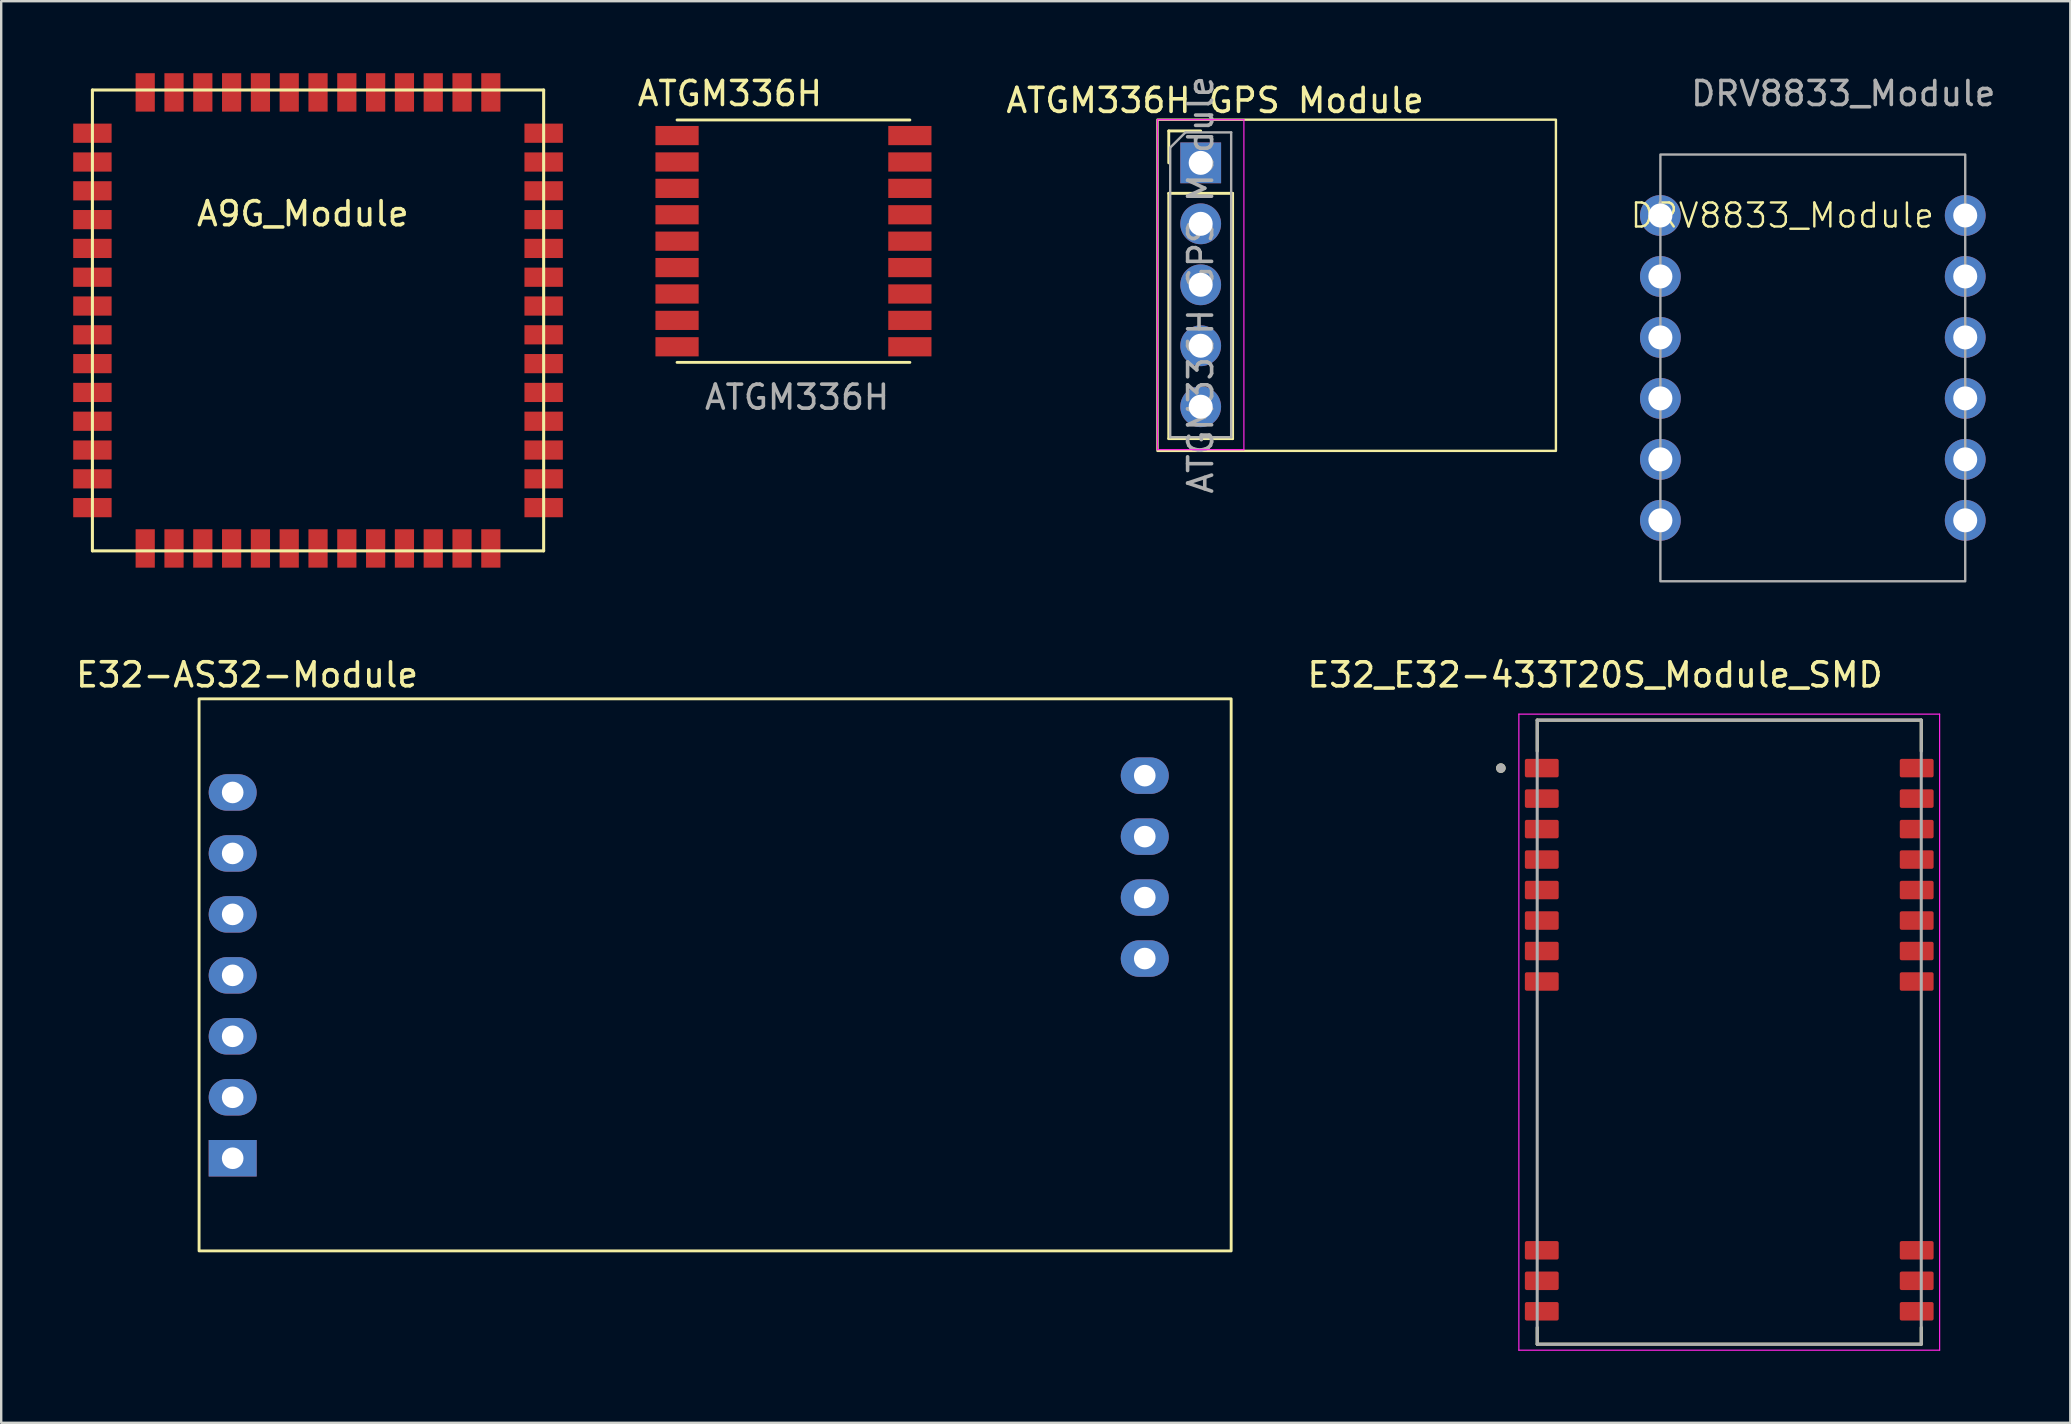
<source format=kicad_pcb>
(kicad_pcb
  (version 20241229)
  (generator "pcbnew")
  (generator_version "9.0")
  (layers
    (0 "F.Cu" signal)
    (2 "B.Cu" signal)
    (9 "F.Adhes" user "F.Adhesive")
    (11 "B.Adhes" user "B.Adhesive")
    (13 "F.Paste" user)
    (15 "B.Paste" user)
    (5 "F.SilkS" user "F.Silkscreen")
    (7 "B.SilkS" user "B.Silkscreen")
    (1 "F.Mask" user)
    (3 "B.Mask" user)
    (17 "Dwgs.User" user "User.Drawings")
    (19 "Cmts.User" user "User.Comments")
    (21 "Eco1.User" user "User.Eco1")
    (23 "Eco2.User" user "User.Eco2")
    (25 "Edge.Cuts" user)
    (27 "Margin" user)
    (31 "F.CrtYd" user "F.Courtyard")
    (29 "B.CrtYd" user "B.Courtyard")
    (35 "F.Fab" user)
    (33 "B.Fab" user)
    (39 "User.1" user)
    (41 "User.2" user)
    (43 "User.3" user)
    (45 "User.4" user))
  (footprint "DRV8833_Module"
    (layer "F.Cu")
    (at 66.127 3.388)
    (property "Reference" "DRV8833_Module" (at 5.08 2.54 0) (unlocked yes) (layer "F.SilkS") (effects (font (size 1 1) (thickness 0.1))))
    (attr through_hole)
    (fp_rect (start 0 0) (end 12.7 17.78) (stroke (width 0.1) (type default)) (fill no) (layer "F.Fab"))
    (fp_text user "${REFERENCE}" (at 7.62 -2.54 0) (unlocked yes) (layer "F.Fab") (effects (font (size 1 1) (thickness 0.15))))
    (pad "1" thru_hole circle (at 0 2.54) (size 1.7 1.7) (drill 1) (layers "*.Cu" "*.Mask"))
    (pad "2" thru_hole circle (at 0 5.08) (size 1.7 1.7) (drill 1) (layers "*.Cu" "*.Mask"))
    (pad "3" thru_hole circle (at 0 7.62) (size 1.7 1.7) (drill 1) (layers "*.Cu" "*.Mask"))
    (pad "4" thru_hole circle (at 0 10.16) (size 1.7 1.7) (drill 1) (layers "*.Cu" "*.Mask"))
    (pad "5" thru_hole circle (at 0 12.7) (size 1.7 1.7) (drill 1) (layers "*.Cu" "*.Mask"))
    (pad "6" thru_hole circle (at 0 15.24) (size 1.7 1.7) (drill 1) (layers "*.Cu" "*.Mask"))
    (pad "7" thru_hole circle (at 12.7 15.24) (size 1.7 1.7) (drill 1) (layers "*.Cu" "*.Mask"))
    (pad "8" thru_hole circle (at 12.7 12.7) (size 1.7 1.7) (drill 1) (layers "*.Cu" "*.Mask"))
    (pad "9" thru_hole circle (at 12.7 10.16) (size 1.7 1.7) (drill 1) (layers "*.Cu" "*.Mask"))
    (pad "10" thru_hole circle (at 12.7 7.62) (size 1.7 1.7) (drill 1) (layers "*.Cu" "*.Mask"))
    (pad "11" thru_hole circle (at 12.7 5.08) (size 1.7 1.7) (drill 1) (layers "*.Cu" "*.Mask"))
    (pad "12" thru_hole circle (at 12.7 2.54) (size 1.7 1.7) (drill 1) (layers "*.Cu" "*.Mask")))
  (footprint "E32_E32-433T20S_Module_SMD"
    (layer "F.Cu")
    (at 68.995 39.952)
    (property "Reference" "E32_E32-433T20S_Module_SMD" (at -5.59 -14.885 0) (layer "F.SilkS") (effects (font (size 1 1) (thickness 0.15))))
    (attr smd)
    (fp_line (start -8 -13) (end 8 -13) (stroke (width 0.127) (type solid)) (layer "F.SilkS"))
    (fp_line (start -8 -11.705) (end -8 -13) (stroke (width 0.127) (type solid)) (layer "F.SilkS"))
    (fp_line (start -8 13) (end -8 12.305) (stroke (width 0.127) (type solid)) (layer "F.SilkS"))
    (fp_line (start 8 -13) (end 8 -11.705) (stroke (width 0.127) (type solid)) (layer "F.SilkS"))
    (fp_line (start 8 13) (end -8 13) (stroke (width 0.127) (type solid)) (layer "F.SilkS"))
    (fp_line (start 8 13) (end 8 12.305) (stroke (width 0.127) (type solid)) (layer "F.SilkS"))
    (fp_circle (center -9.515 -11) (end -9.415 -11) (stroke (width 0.2) (type solid)) (fill no) (layer "F.SilkS"))
    (fp_line (start -8.765 -13.25) (end -8.765 13.25) (stroke (width 0.05) (type solid)) (layer "F.CrtYd"))
    (fp_line (start -8.765 13.25) (end 8.765 13.25) (stroke (width 0.05) (type solid)) (layer "F.CrtYd"))
    (fp_line (start 8.765 -13.25) (end -8.765 -13.25) (stroke (width 0.05) (type solid)) (layer "F.CrtYd"))
    (fp_line (start 8.765 13.25) (end 8.765 -13.25) (stroke (width 0.05) (type solid)) (layer "F.CrtYd"))
    (fp_line (start -8 -13) (end 8 -13) (stroke (width 0.127) (type solid)) (layer "F.Fab"))
    (fp_line (start -8 13) (end -8 -13) (stroke (width 0.127) (type solid)) (layer "F.Fab"))
    (fp_line (start 8 -13) (end 8 13) (stroke (width 0.127) (type solid)) (layer "F.Fab"))
    (fp_line (start 8 13) (end -8 13) (stroke (width 0.127) (type solid)) (layer "F.Fab"))
    (fp_circle (center -9.515 -11) (end -9.415 -11) (stroke (width 0.2) (type solid)) (fill no) (layer "F.Fab"))
    (pad "1" smd roundrect (at -7.81 -11) (size 1.41 0.77) (layers "F.Cu" "F.Mask" "F.Paste") (roundrect_rratio 0.1))
    (pad "2" smd roundrect (at -7.81 -9.73) (size 1.41 0.77) (layers "F.Cu" "F.Mask" "F.Paste") (roundrect_rratio 0.1))
    (pad "3" smd roundrect (at -7.81 -8.46) (size 1.41 0.77) (layers "F.Cu" "F.Mask" "F.Paste") (roundrect_rratio 0.1))
    (pad "4" smd roundrect (at -7.81 -7.19) (size 1.41 0.77) (layers "F.Cu" "F.Mask" "F.Paste") (roundrect_rratio 0.1))
    (pad "5" smd roundrect (at -7.81 -5.92) (size 1.41 0.77) (layers "F.Cu" "F.Mask" "F.Paste") (roundrect_rratio 0.1))
    (pad "6" smd roundrect (at -7.81 -4.65) (size 1.41 0.77) (layers "F.Cu" "F.Mask" "F.Paste") (roundrect_rratio 0.1))
    (pad "7" smd roundrect (at -7.81 -3.38) (size 1.41 0.77) (layers "F.Cu" "F.Mask" "F.Paste") (roundrect_rratio 0.1))
    (pad "8" smd roundrect (at -7.81 -2.11) (size 1.41 0.77) (layers "F.Cu" "F.Mask" "F.Paste") (roundrect_rratio 0.1))
    (pad "11" smd roundrect (at -7.81 9.09) (size 1.41 0.77) (layers "F.Cu" "F.Mask" "F.Paste") (roundrect_rratio 0.1))
    (pad "12" smd roundrect (at -7.81 10.36) (size 1.41 0.77) (layers "F.Cu" "F.Mask" "F.Paste") (roundrect_rratio 0.1))
    (pad "13" smd roundrect (at -7.81 11.63) (size 1.41 0.77) (layers "F.Cu" "F.Mask" "F.Paste") (roundrect_rratio 0.1))
    (pad "14" smd roundrect (at 7.81 11.63) (size 1.41 0.77) (layers "F.Cu" "F.Mask" "F.Paste") (roundrect_rratio 0.1))
    (pad "15" smd roundrect (at 7.81 10.36) (size 1.41 0.77) (layers "F.Cu" "F.Mask" "F.Paste") (roundrect_rratio 0.1))
    (pad "16" smd roundrect (at 7.81 9.09) (size 1.41 0.77) (layers "F.Cu" "F.Mask" "F.Paste") (roundrect_rratio 0.1))
    (pad "19" smd roundrect (at 7.81 -2.11) (size 1.41 0.77) (layers "F.Cu" "F.Mask" "F.Paste") (roundrect_rratio 0.1))
    (pad "20" smd roundrect (at 7.81 -3.38) (size 1.41 0.77) (layers "F.Cu" "F.Mask" "F.Paste") (roundrect_rratio 0.1))
    (pad "21" smd roundrect (at 7.81 -4.65) (size 1.41 0.77) (layers "F.Cu" "F.Mask" "F.Paste") (roundrect_rratio 0.1))
    (pad "22" smd roundrect (at 7.81 -5.92) (size 1.41 0.77) (layers "F.Cu" "F.Mask" "F.Paste") (roundrect_rratio 0.1))
    (pad "23" smd roundrect (at 7.81 -7.19) (size 1.41 0.77) (layers "F.Cu" "F.Mask" "F.Paste") (roundrect_rratio 0.1))
    (pad "24" smd roundrect (at 7.81 -8.46) (size 1.41 0.77) (layers "F.Cu" "F.Mask" "F.Paste") (roundrect_rratio 0.1))
    (pad "25" smd roundrect (at 7.81 -9.73) (size 1.41 0.77) (layers "F.Cu" "F.Mask" "F.Paste") (roundrect_rratio 0.1))
    (pad "26" smd roundrect (at 7.81 -11) (size 1.41 0.77) (layers "F.Cu" "F.Mask" "F.Paste") (roundrect_rratio 0.1)))
  (footprint "ATGM336H GPS Module"
    (layer "F.Cu")
    (at 46.974 3.735)
    (property "Reference" "ATGM336H GPS Module" (at 0.6 -2.6 0) (layer "F.SilkS") (effects (font (size 1 1) (thickness 0.15))))
    (attr through_hole)
    (fp_line (start -1.33 -1.33) (end 0 -1.33) (stroke (width 0.12) (type solid)) (layer "F.SilkS"))
    (fp_line (start -1.33 0) (end -1.33 -1.33) (stroke (width 0.12) (type solid)) (layer "F.SilkS"))
    (fp_line (start -1.33 1.27) (end -1.33 11.49) (stroke (width 0.12) (type solid)) (layer "F.SilkS"))
    (fp_line (start -1.33 1.27) (end 1.33 1.27) (stroke (width 0.12) (type solid)) (layer "F.SilkS"))
    (fp_line (start -1.33 11.49) (end 1.33 11.49) (stroke (width 0.12) (type solid)) (layer "F.SilkS"))
    (fp_line (start 1.33 1.27) (end 1.33 11.49) (stroke (width 0.12) (type solid)) (layer "F.SilkS"))
    (fp_rect (start -1.8 -1.8) (end 14.8 12) (stroke (width 0.1) (type default)) (fill no) (layer "F.SilkS"))
    (fp_line (start -1.8 -1.8) (end -1.8 11.95) (stroke (width 0.05) (type solid)) (layer "F.CrtYd"))
    (fp_line (start -1.8 11.95) (end 1.8 11.95) (stroke (width 0.05) (type solid)) (layer "F.CrtYd"))
    (fp_line (start 1.8 -1.8) (end -1.8 -1.8) (stroke (width 0.05) (type solid)) (layer "F.CrtYd"))
    (fp_line (start 1.8 11.95) (end 1.8 -1.8) (stroke (width 0.05) (type solid)) (layer "F.CrtYd"))
    (fp_line (start -1.27 -0.635) (end -0.635 -1.27) (stroke (width 0.1) (type solid)) (layer "F.Fab"))
    (fp_line (start -1.27 11.43) (end -1.27 -0.635) (stroke (width 0.1) (type solid)) (layer "F.Fab"))
    (fp_line (start -0.635 -1.27) (end 1.27 -1.27) (stroke (width 0.1) (type solid)) (layer "F.Fab"))
    (fp_line (start 1.27 -1.27) (end 1.27 11.43) (stroke (width 0.1) (type solid)) (layer "F.Fab"))
    (fp_line (start 1.27 11.43) (end -1.27 11.43) (stroke (width 0.1) (type solid)) (layer "F.Fab"))
    (fp_text user "${REFERENCE}" (at 0 5.08 90) (layer "F.Fab") (effects (font (size 1 1) (thickness 0.15))))
    (pad "1" thru_hole rect (at 0 0) (size 1.7 1.7) (drill 1) (layers "*.Cu" "*.Mask"))
    (pad "2" thru_hole oval (at 0 2.54) (size 1.7 1.7) (drill 1) (layers "*.Cu" "*.Mask"))
    (pad "3" thru_hole oval (at 0 5.08) (size 1.7 1.7) (drill 1) (layers "*.Cu" "*.Mask"))
    (pad "4" thru_hole oval (at 0 7.62) (size 1.7 1.7) (drill 1) (layers "*.Cu" "*.Mask"))
    (pad "5" thru_hole oval (at 0 10.16) (size 1.7 1.7) (drill 1) (layers "*.Cu" "*.Mask")))
  (footprint "E32-AS32-Module"
    (layer "F.Cu")
    (at 26.754 37.566)
    (property "Reference" "E32-AS32-Module" (at -19.51 -12.5 0) (unlocked yes) (layer "F.SilkS") (effects (font (size 1 1) (thickness 0.15))))
    (attr through_hole)
    (fp_rect (start -21.51 -11.5) (end 21.49 11.5) (stroke (width 0.12) (type solid)) (fill no) (layer "F.SilkS"))
    (pad "" thru_hole oval (at 17.89 -8.3) (size 2 1.52) (drill 0.9) (layers "*.Cu" "*.Mask"))
    (pad "" thru_hole oval (at 17.89 -5.76) (size 2 1.52) (drill 0.9) (layers "*.Cu" "*.Mask"))
    (pad "" thru_hole oval (at 17.89 -3.22) (size 2 1.52) (drill 0.9) (layers "*.Cu" "*.Mask"))
    (pad "" thru_hole oval (at 17.89 -0.68) (size 2 1.52) (drill 0.9) (layers "*.Cu" "*.Mask"))
    (pad "1" thru_hole oval (at -20.11 -7.6) (size 2 1.52) (drill 0.9) (layers "*.Cu" "*.Mask"))
    (pad "2" thru_hole oval (at -20.11 -5.06) (size 2 1.52) (drill 0.9) (layers "*.Cu" "*.Mask"))
    (pad "3" thru_hole oval (at -20.11 -2.52) (size 2 1.52) (drill 0.9) (layers "*.Cu" "*.Mask"))
    (pad "4" thru_hole oval (at -20.11 0.02) (size 2 1.52) (drill 0.9) (layers "*.Cu" "*.Mask"))
    (pad "5" thru_hole oval (at -20.11 2.56) (size 2 1.52) (drill 0.9) (layers "*.Cu" "*.Mask"))
    (pad "6" thru_hole oval (at -20.11 5.1) (size 2 1.52) (drill 0.9) (layers "*.Cu" "*.Mask"))
    (pad "7" thru_hole rect (at -20.11 7.64) (size 2 1.52) (drill 0.9) (layers "*.Cu" "*.Mask")))
  (footprint "A9G_Module"
    (layer "F.Cu")
    (at 10.2 10.3)
    (property "Reference" "A9G_Module" (at -0.635 -4.445 0) (layer "F.SilkS") (effects (font (size 1 1) (thickness 0.15))))
    (attr smd)
    (fp_line (start -9.4 -9.6) (end 9.4 -9.6) (stroke (width 0.127) (type solid)) (layer "F.SilkS"))
    (fp_line (start -9.4 9.6) (end -9.4 -9.6) (stroke (width 0.127) (type solid)) (layer "F.SilkS"))
    (fp_line (start 9.4 -9.6) (end 9.4 9.6) (stroke (width 0.127) (type solid)) (layer "F.SilkS"))
    (fp_line (start 9.4 9.6) (end -9.4 9.6) (stroke (width 0.127) (type solid)) (layer "F.SilkS"))
    (pad "1" smd rect (at -9.4 -7.8) (size 1.6 0.8) (layers "F.Cu" "F.Mask" "F.Paste"))
    (pad "2" smd rect (at -9.4 -6.6) (size 1.6 0.8) (layers "F.Cu" "F.Mask" "F.Paste"))
    (pad "3" smd rect (at -9.4 -5.4) (size 1.6 0.8) (layers "F.Cu" "F.Mask" "F.Paste"))
    (pad "4" smd rect (at -9.4 -4.2) (size 1.6 0.8) (layers "F.Cu" "F.Mask" "F.Paste"))
    (pad "5" smd rect (at -9.4 -3) (size 1.6 0.8) (layers "F.Cu" "F.Mask" "F.Paste"))
    (pad "6" smd rect (at -9.4 -1.8) (size 1.6 0.8) (layers "F.Cu" "F.Mask" "F.Paste"))
    (pad "7" smd rect (at -9.4 -0.6) (size 1.6 0.8) (layers "F.Cu" "F.Mask" "F.Paste"))
    (pad "8" smd rect (at -9.4 0.6) (size 1.6 0.8) (layers "F.Cu" "F.Mask" "F.Paste"))
    (pad "9" smd rect (at -9.4 1.8) (size 1.6 0.8) (layers "F.Cu" "F.Mask" "F.Paste"))
    (pad "10" smd rect (at -9.4 3) (size 1.6 0.8) (layers "F.Cu" "F.Mask" "F.Paste"))
    (pad "11" smd rect (at -9.4 4.2) (size 1.6 0.8) (layers "F.Cu" "F.Mask" "F.Paste"))
    (pad "12" smd rect (at -9.4 5.4) (size 1.6 0.8) (layers "F.Cu" "F.Mask" "F.Paste"))
    (pad "13" smd rect (at -9.4 6.6) (size 1.6 0.8) (layers "F.Cu" "F.Mask" "F.Paste"))
    (pad "14" smd rect (at -9.4 7.8) (size 1.6 0.8) (layers "F.Cu" "F.Mask" "F.Paste"))
    (pad "15" smd rect (at -7.2 9.5 90) (size 1.6 0.8) (layers "F.Cu" "F.Mask" "F.Paste"))
    (pad "16" smd rect (at -6 9.5 90) (size 1.6 0.8) (layers "F.Cu" "F.Mask" "F.Paste"))
    (pad "17" smd rect (at -4.8 9.5 90) (size 1.6 0.8) (layers "F.Cu" "F.Mask" "F.Paste"))
    (pad "18" smd rect (at -3.6 9.5 90) (size 1.6 0.8) (layers "F.Cu" "F.Mask" "F.Paste"))
    (pad "19" smd rect (at -2.4 9.5 90) (size 1.6 0.8) (layers "F.Cu" "F.Mask" "F.Paste"))
    (pad "20" smd rect (at -1.2 9.5 90) (size 1.6 0.8) (layers "F.Cu" "F.Mask" "F.Paste"))
    (pad "21" smd rect (at 0 9.5 90) (size 1.6 0.8) (layers "F.Cu" "F.Mask" "F.Paste"))
    (pad "22" smd rect (at 1.2 9.5 90) (size 1.6 0.8) (layers "F.Cu" "F.Mask" "F.Paste"))
    (pad "23" smd rect (at 2.4 9.5 90) (size 1.6 0.8) (layers "F.Cu" "F.Mask" "F.Paste"))
    (pad "24" smd rect (at 3.6 9.5 90) (size 1.6 0.8) (layers "F.Cu" "F.Mask" "F.Paste"))
    (pad "25" smd rect (at 4.8 9.5 90) (size 1.6 0.8) (layers "F.Cu" "F.Mask" "F.Paste"))
    (pad "26" smd rect (at 6 9.5 90) (size 1.6 0.8) (layers "F.Cu" "F.Mask" "F.Paste"))
    (pad "27" smd rect (at 7.2 9.5 90) (size 1.6 0.8) (layers "F.Cu" "F.Mask" "F.Paste"))
    (pad "28" smd rect (at 9.4 7.8) (size 1.6 0.8) (layers "F.Cu" "F.Mask" "F.Paste"))
    (pad "29" smd rect (at 9.4 6.6) (size 1.6 0.8) (layers "F.Cu" "F.Mask" "F.Paste"))
    (pad "30" smd rect (at 9.4 5.4) (size 1.6 0.8) (layers "F.Cu" "F.Mask" "F.Paste"))
    (pad "31" smd rect (at 9.4 4.2) (size 1.6 0.8) (layers "F.Cu" "F.Mask" "F.Paste"))
    (pad "32" smd rect (at 9.4 3) (size 1.6 0.8) (layers "F.Cu" "F.Mask" "F.Paste"))
    (pad "33" smd rect (at 9.4 1.8) (size 1.6 0.8) (layers "F.Cu" "F.Mask" "F.Paste"))
    (pad "34" smd rect (at 9.4 0.6) (size 1.6 0.8) (layers "F.Cu" "F.Mask" "F.Paste"))
    (pad "35" smd rect (at 9.4 -0.6) (size 1.6 0.8) (layers "F.Cu" "F.Mask" "F.Paste"))
    (pad "36" smd rect (at 9.4 -1.8) (size 1.6 0.8) (layers "F.Cu" "F.Mask" "F.Paste"))
    (pad "37" smd rect (at 9.4 -3) (size 1.6 0.8) (layers "F.Cu" "F.Mask" "F.Paste"))
    (pad "38" smd rect (at 9.4 -4.2) (size 1.6 0.8) (layers "F.Cu" "F.Mask" "F.Paste"))
    (pad "39" smd rect (at 9.4 -5.4) (size 1.6 0.8) (layers "F.Cu" "F.Mask" "F.Paste"))
    (pad "40" smd rect (at 9.4 -6.6) (size 1.6 0.8) (layers "F.Cu" "F.Mask" "F.Paste"))
    (pad "41" smd rect (at 9.4 -7.8) (size 1.6 0.8) (layers "F.Cu" "F.Mask" "F.Paste"))
    (pad "42" smd rect (at 7.2 -9.5 90) (size 1.6 0.8) (layers "F.Cu" "F.Mask" "F.Paste"))
    (pad "43" smd rect (at 6 -9.5 90) (size 1.6 0.8) (layers "F.Cu" "F.Mask" "F.Paste"))
    (pad "44" smd rect (at 4.8 -9.5 90) (size 1.6 0.8) (layers "F.Cu" "F.Mask" "F.Paste"))
    (pad "45" smd rect (at 3.6 -9.5 90) (size 1.6 0.8) (layers "F.Cu" "F.Mask" "F.Paste"))
    (pad "46" smd rect (at 2.4 -9.5 90) (size 1.6 0.8) (layers "F.Cu" "F.Mask" "F.Paste"))
    (pad "47" smd rect (at 1.2 -9.5 90) (size 1.6 0.8) (layers "F.Cu" "F.Mask" "F.Paste"))
    (pad "48" smd rect (at 0 -9.5 90) (size 1.6 0.8) (layers "F.Cu" "F.Mask" "F.Paste"))
    (pad "49" smd rect (at -1.2 -9.5 90) (size 1.6 0.8) (layers "F.Cu" "F.Mask" "F.Paste"))
    (pad "50" smd rect (at -2.4 -9.5 90) (size 1.6 0.8) (layers "F.Cu" "F.Mask" "F.Paste"))
    (pad "51" smd rect (at -3.6 -9.5 90) (size 1.6 0.8) (layers "F.Cu" "F.Mask" "F.Paste"))
    (pad "52" smd rect (at -4.8 -9.5 90) (size 1.6 0.8) (layers "F.Cu" "F.Mask" "F.Paste"))
    (pad "53" smd rect (at -6 -9.5 90) (size 1.6 0.8) (layers "F.Cu" "F.Mask" "F.Paste"))
    (pad "54" smd rect (at -7.2 -9.5 90) (size 1.6 0.8) (layers "F.Cu" "F.Mask" "F.Paste")))
  (footprint "ATGM336H"
    (layer "F.Cu")
    (at 25.158 2.598)
    (property "Reference" "ATGM336H" (at 2.2 -1.75 0) (unlocked yes) (layer "F.SilkS") (effects (font (size 1 1) (thickness 0.15))))
    (attr smd)
    (fp_line (start 0 -0.65) (end 9.7 -0.65) (stroke (width 0.12) (type default)) (layer "F.SilkS"))
    (fp_line (start 0 9.45) (end 9.7 9.45) (stroke (width 0.12) (type default)) (layer "F.SilkS"))
    (fp_text user "${REFERENCE}" (at 5 10.9 0) (unlocked yes) (layer "F.Fab") (effects (font (size 1 1) (thickness 0.15))))
    (pad "1" smd rect (at 9.7 8.8) (size 1.8 0.8) (layers "F.Cu" "F.Mask" "F.Paste"))
    (pad "2" smd rect (at 9.7 7.7) (size 1.8 0.8) (layers "F.Cu" "F.Mask" "F.Paste"))
    (pad "3" smd rect (at 9.7 6.6) (size 1.8 0.8) (layers "F.Cu" "F.Mask" "F.Paste"))
    (pad "4" smd rect (at 9.7 5.5) (size 1.8 0.8) (layers "F.Cu" "F.Mask" "F.Paste"))
    (pad "5" smd rect (at 9.7 4.4) (size 1.8 0.8) (layers "F.Cu" "F.Mask" "F.Paste"))
    (pad "6" smd rect (at 9.7 3.3) (size 1.8 0.8) (layers "F.Cu" "F.Mask" "F.Paste"))
    (pad "7" smd rect (at 9.7 2.2) (size 1.8 0.8) (layers "F.Cu" "F.Mask" "F.Paste"))
    (pad "8" smd rect (at 9.7 1.1) (size 1.8 0.8) (layers "F.Cu" "F.Mask" "F.Paste"))
    (pad "9" smd rect (at 9.7 0) (size 1.8 0.8) (layers "F.Cu" "F.Mask" "F.Paste"))
    (pad "10" smd rect (at 0 0) (size 1.8 0.8) (layers "F.Cu" "F.Mask" "F.Paste"))
    (pad "11" smd rect (at 0 1.1) (size 1.8 0.8) (layers "F.Cu" "F.Mask" "F.Paste"))
    (pad "12" smd rect (at 0 2.2) (size 1.8 0.8) (layers "F.Cu" "F.Mask" "F.Paste"))
    (pad "13" smd rect (at 0 3.3) (size 1.8 0.8) (layers "F.Cu" "F.Mask" "F.Paste"))
    (pad "14" smd rect (at 0 4.4) (size 1.8 0.8) (layers "F.Cu" "F.Mask" "F.Paste"))
    (pad "15" smd rect (at 0 5.5) (size 1.8 0.8) (layers "F.Cu" "F.Mask" "F.Paste"))
    (pad "16" smd rect (at 0 6.6) (size 1.8 0.8) (layers "F.Cu" "F.Mask" "F.Paste"))
    (pad "17" smd rect (at 0 7.7) (size 1.8 0.8) (layers "F.Cu" "F.Mask" "F.Paste"))
    (pad "18" smd rect (at 0 8.8) (size 1.8 0.8) (layers "F.Cu" "F.Mask" "F.Paste")))
  (gr_rect
    (start -3 -3)
    (end 83.205 56.227)
    (stroke (width 0.1) (type default))
    (fill no)
    (layer "Edge.Cuts")))
</source>
